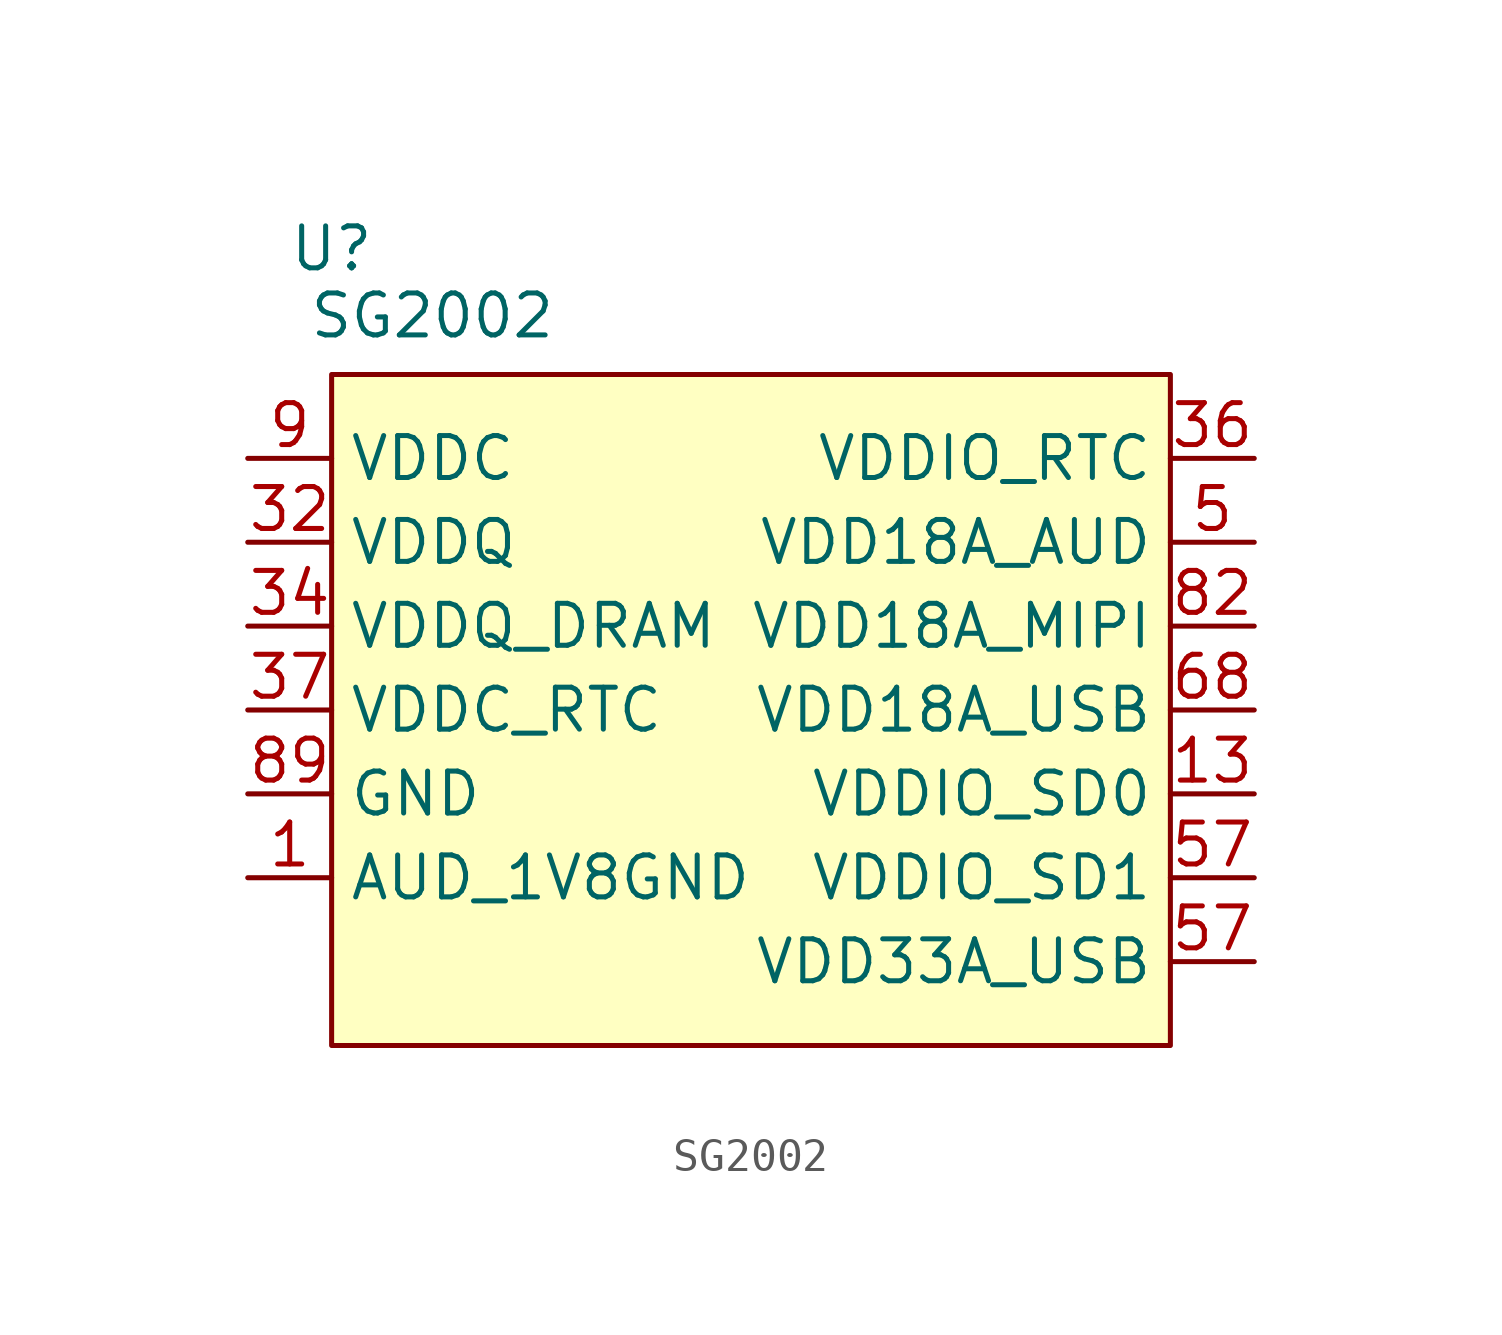
<source format=kicad_sym>
(kicad_symbol_lib
  (version 20231120)
  (generator "kicad_symbol_editor")
  (generator_version "8.0")
  (symbol "SG2002"
    (property "Reference" "U"
      (at -12.7 13.97 0)
      (effects (font (size 1.27 1.27))))
    (property "Value" "SG2002"
      (at -9.652 11.938 0)
      (effects (font (size 1.27 1.27))))
    (property "ki_locked" ""
      (at 0 0 0)
      (effects (font (size 1.27 1.27))))
    (symbol "SG2002_1_1"
      (rectangle (start -12.7 10.16) (end 12.7 -10.16) (stroke (width 0) (type default)) (fill (type background)))
      (pin power_out line (at -15.24 -5.08 0) (length 2.54) (name "AUD_1V8GND" (effects (font (size 1.27 1.27)))) (number "1" (effects (font (size 1.27 1.27)))))
      (pin power_in line (at 15.24 -2.54 180) (length 2.54) (name "VDDIO_SD0" (effects (font (size 1.27 1.27)))) (number "13" (effects (font (size 1.27 1.27)))))
      (pin power_in line (at -15.24 7.62 0) (length 2.54) hide (name "VDDC" (effects (font (size 1.27 1.27)))) (number "16" (effects (font (size 1.27 1.27)))))
      (pin power_in line (at -15.24 2.54 0) (length 2.54) hide (name "VDDQ_DRAM" (effects (font (size 1.27 1.27)))) (number "31" (effects (font (size 1.27 1.27)))))
      (pin power_in line (at -15.24 5.08 0) (length 2.54) (name "VDDQ" (effects (font (size 1.27 1.27)))) (number "32" (effects (font (size 1.27 1.27)))))
      (pin power_in line (at -15.24 5.08 0) (length 2.54) hide (name "VDDQ" (effects (font (size 1.27 1.27)))) (number "33" (effects (font (size 1.27 1.27)))))
      (pin power_in line (at -15.24 2.54 0) (length 2.54) (name "VDDQ_DRAM" (effects (font (size 1.27 1.27)))) (number "34" (effects (font (size 1.27 1.27)))))
      (pin power_in line (at 15.24 7.62 180) (length 2.54) (name "VDDIO_RTC" (effects (font (size 1.27 1.27)))) (number "36" (effects (font (size 1.27 1.27)))))
      (pin power_out line (at -15.24 0 0) (length 2.54) (name "VDDC_RTC" (effects (font (size 1.27 1.27)))) (number "37" (effects (font (size 1.27 1.27)))))
      (pin power_in line (at 15.24 5.08 180) (length 2.54) (name "VDD18A_AUD" (effects (font (size 1.27 1.27)))) (number "5" (effects (font (size 1.27 1.27)))))
      (pin power_in line (at -15.24 7.62 0) (length 2.54) hide (name "VDDC" (effects (font (size 1.27 1.27)))) (number "50" (effects (font (size 1.27 1.27)))))
      (pin power_in line (at 15.24 -7.62 180) (length 2.54) (name "VDD33A_USB" (effects (font (size 1.27 1.27)))) (number "57" (effects (font (size 1.27 1.27)))))
      (pin power_in line (at 15.24 -5.08 180) (length 2.54) (name "VDDIO_SD1" (effects (font (size 1.27 1.27)))) (number "57" (effects (font (size 1.27 1.27)))))
      (pin power_in line (at -15.24 7.62 0) (length 2.54) hide (name "VDDC" (effects (font (size 1.27 1.27)))) (number "61" (effects (font (size 1.27 1.27)))))
      (pin power_in line (at 15.24 0 180) (length 2.54) (name "VDD18A_USB" (effects (font (size 1.27 1.27)))) (number "68" (effects (font (size 1.27 1.27)))))
      (pin power_in line (at -15.24 7.62 0) (length 2.54) hide (name "VDDC" (effects (font (size 1.27 1.27)))) (number "71" (effects (font (size 1.27 1.27)))))
      (pin power_in line (at 15.24 2.54 180) (length 2.54) (name "VDD18A_MIPI" (effects (font (size 1.27 1.27)))) (number "82" (effects (font (size 1.27 1.27)))))
      (pin power_out line (at -15.24 -2.54 0) (length 2.54) (name "GND" (effects (font (size 1.27 1.27)))) (number "89" (effects (font (size 1.27 1.27)))))
      (pin power_in line (at -15.24 7.62 0) (length 2.54) (name "VDDC" (effects (font (size 1.27 1.27)))) (number "9" (effects (font (size 1.27 1.27))))))))
</source>
